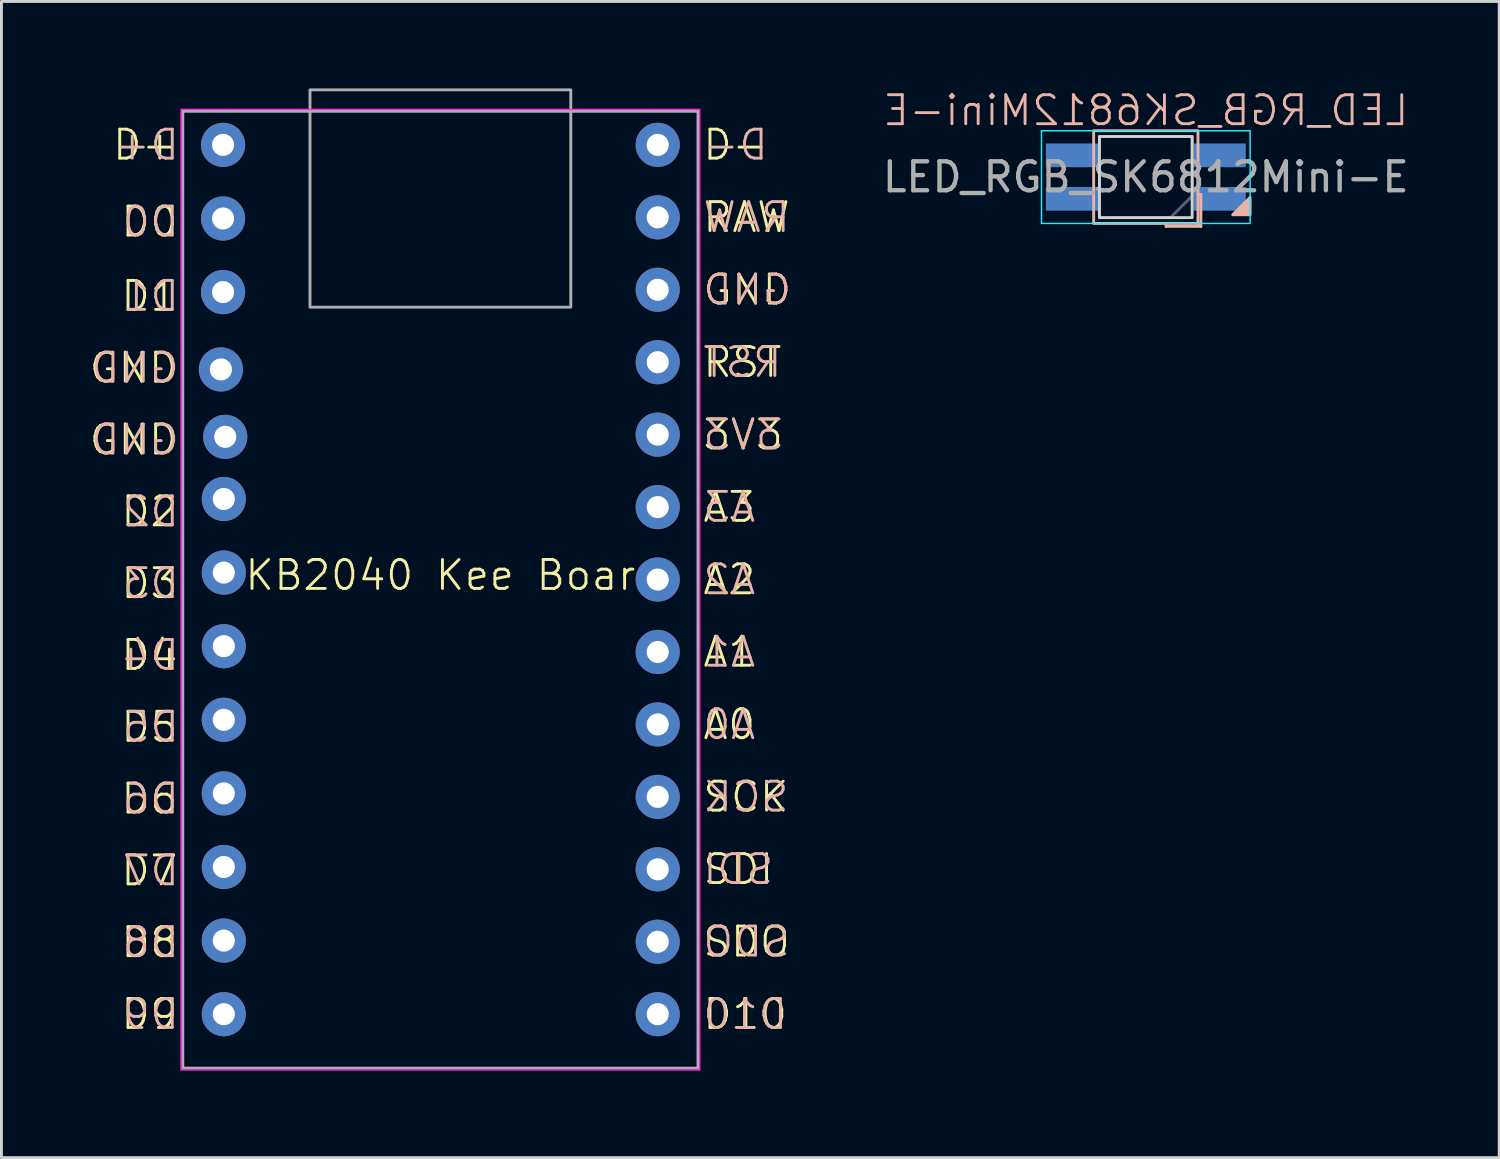
<source format=kicad_pcb>
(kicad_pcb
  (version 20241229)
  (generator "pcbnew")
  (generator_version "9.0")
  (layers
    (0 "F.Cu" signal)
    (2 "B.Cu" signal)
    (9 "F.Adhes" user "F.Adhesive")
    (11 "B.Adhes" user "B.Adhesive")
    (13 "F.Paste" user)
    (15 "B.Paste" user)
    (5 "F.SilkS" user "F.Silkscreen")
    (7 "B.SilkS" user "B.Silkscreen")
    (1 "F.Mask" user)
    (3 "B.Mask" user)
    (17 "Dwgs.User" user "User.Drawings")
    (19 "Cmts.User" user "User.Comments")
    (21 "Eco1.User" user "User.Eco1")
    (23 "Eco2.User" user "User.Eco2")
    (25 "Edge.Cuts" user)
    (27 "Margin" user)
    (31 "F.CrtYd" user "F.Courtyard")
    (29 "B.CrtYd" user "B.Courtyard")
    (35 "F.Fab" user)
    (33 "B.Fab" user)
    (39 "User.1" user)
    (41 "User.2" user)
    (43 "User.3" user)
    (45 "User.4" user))
  (footprint "LED_RGB_SK6812Mini-E"
    (layer "F.Cu")
    (at 36.492 3.061)
    (property "Reference" "LED_RGB_SK6812Mini-E" (at 0 -2.3 0) (unlocked yes) (layer "B.SilkS") (effects (font (size 1 1) (thickness 0.1)) (justify mirror)))
    (attr smd)
    (fp_line (start 0.7 1.6) (end 0.7 1.7) (stroke (width 0.1) (type default)) (layer "B.SilkS"))
    (fp_line (start 0.7 1.7) (end 1.9 1.7) (stroke (width 0.1) (type default)) (layer "B.SilkS"))
    (fp_line (start 1.8 0.6) (end 1.9 0.6) (stroke (width 0.1) (type default)) (layer "B.SilkS"))
    (fp_line (start 1.8 1.6) (end 1.9 1.7) (stroke (width 0.1) (type default)) (layer "B.SilkS"))
    (fp_line (start 1.9 1.7) (end 1.9 0.6) (stroke (width 0.1) (type default)) (layer "B.SilkS"))
    (fp_rect (start -1.8 -1.6) (end 1.8 1.6) (stroke (width 0.1) (type default)) (fill no) (layer "B.SilkS"))
    (fp_poly (pts (xy 3.6 1.3) (xy 3.6 0.7) (xy 3 1.3)) (stroke (width 0.1) (type solid)) (fill yes) (layer "B.SilkS"))
    (fp_rect (start -1.6 -1.4) (end 1.6 1.4) (stroke (width 0.1) (type default)) (fill no) (layer "Edge.Cuts"))
    (fp_rect (start -3.6 -1.6) (end 3.6 1.6) (stroke (width 0.05) (type default)) (fill no) (layer "B.CrtYd"))
    (fp_poly (pts (xy -1.6 1.4) (xy -1.6 -1.4) (xy 1.6 -1.4) (xy 1.6 0.65) (xy 0.85 1.4)) (stroke (width 0.1) (type solid)) (fill no) (layer "B.Fab"))
    (fp_text user "${REFERENCE}" (at 0 0 0) (unlocked yes) (layer "F.Fab") (effects (font (size 1 1) (thickness 0.15))))
    (pad "1" smd rect (at -2.55 -0.75) (size 1.8 0.82) (layers "B.Cu" "B.Mask" "B.Paste"))
    (pad "2" smd rect (at -2.55 0.75) (size 1.8 0.82) (layers "B.Cu" "B.Mask" "B.Paste"))
    (pad "3" smd rect (at 2.55 0.75) (size 1.8 0.82) (layers "B.Cu" "B.Mask" "B.Paste"))
    (pad "4" smd rect (at 2.55 -0.75) (size 1.8 0.82) (layers "B.Cu" "B.Mask" "B.Paste")))
  (footprint "KB2040 Kee Boar"
    (layer "F.Cu")
    (at 12.148 17.3)
    (property "Reference" "KB2040 Kee Boar" (at 0 -0.5 0) (unlocked yes) (layer "F.SilkS") (effects (font (size 1 1) (thickness 0.1))))
    (attr through_hole)
    (fp_rect (start -8.95 -16.575) (end 8.95 16.575) (stroke (width 0.05) (type default)) (fill no) (layer "F.CrtYd"))
    (fp_rect (start -8.89 -16.51) (end 8.89 16.51) (stroke (width 0.1) (type default)) (fill no) (layer "F.Fab"))
    (fp_rect (start -4.5 -17.25) (end 4.5 -9.75) (stroke (width 0.1) (type default)) (fill no) (layer "F.Fab"))
    (fp_text user "D+" (at -9 -15.35 0) (unlocked yes) (layer "F.SilkS") (effects (font (size 1 1) (thickness 0.1)) (justify right)))
    (fp_text user "RAW" (at 9 -12.85 0) (unlocked yes) (layer "F.SilkS") (effects (font (size 1 1) (thickness 0.1)) (justify left)))
    (fp_text user "D8" (at -9 12.172 0) (unlocked yes) (layer "F.SilkS") (effects (font (size 1 1) (thickness 0.1)) (justify right)))
    (fp_text user "D6" (at -9 7.216 0) (unlocked yes) (layer "F.SilkS") (effects (font (size 1 1) (thickness 0.1)) (justify right)))
    (fp_text user "D3" (at -9 -0.218 0) (unlocked yes) (layer "F.SilkS") (effects (font (size 1 1) (thickness 0.1)) (justify right)))
    (fp_text user "SCK" (at 9 7.15 0) (unlocked yes) (layer "F.SilkS") (effects (font (size 1 1) (thickness 0.1)) (justify left)))
    (fp_text user "D7" (at -9 9.694 0) (unlocked yes) (layer "F.SilkS") (effects (font (size 1 1) (thickness 0.1)) (justify right)))
    (fp_text user "D10" (at 9 14.65 0) (unlocked yes) (layer "F.SilkS") (effects (font (size 1 1) (thickness 0.1)) (justify left)))
    (fp_text user "D4" (at -9 2.26 0) (unlocked yes) (layer "F.SilkS") (effects (font (size 1 1) (thickness 0.1)) (justify right)))
    (fp_text user "D1" (at -9 -10.131 0) (unlocked yes) (layer "F.SilkS") (effects (font (size 1 1) (thickness 0.1)) (justify right)))
    (fp_text user "GND" (at 9 -10.35 0) (unlocked yes) (layer "F.SilkS") (effects (font (size 1 1) (thickness 0.1)) (justify left)))
    (fp_text user "D2" (at -9 -2.696 0) (unlocked yes) (layer "F.SilkS") (effects (font (size 1 1) (thickness 0.1)) (justify right)))
    (fp_text user "SDO" (at 9 12.15 0) (unlocked yes) (layer "F.SilkS") (effects (font (size 1 1) (thickness 0.1)) (justify left)))
    (fp_text user "A1" (at 9 2.15 0) (unlocked yes) (layer "F.SilkS") (effects (font (size 1 1) (thickness 0.1)) (justify left)))
    (fp_text user "A2" (at 9 -0.35 0) (unlocked yes) (layer "F.SilkS") (effects (font (size 1 1) (thickness 0.1)) (justify left)))
    (fp_text user "GND" (at -9 -7.653 0) (unlocked yes) (layer "F.SilkS") (effects (font (size 1 1) (thickness 0.1)) (justify right)))
    (fp_text user "D0" (at -9 -12.696 0) (unlocked yes) (layer "F.SilkS") (effects (font (size 1 1) (thickness 0.1)) (justify right)))
    (fp_text user "A0" (at 9 4.65 0) (unlocked yes) (layer "F.SilkS") (effects (font (size 1 1) (thickness 0.1)) (justify left)))
    (fp_text user "D5" (at -9 4.738 0) (unlocked yes) (layer "F.SilkS") (effects (font (size 1 1) (thickness 0.1)) (justify right)))
    (fp_text user "GND" (at -9 -5.175 0) (unlocked yes) (layer "F.SilkS") (effects (font (size 1 1) (thickness 0.1)) (justify right)))
    (fp_text user "SDI" (at 9 9.65 0) (unlocked yes) (layer "F.SilkS") (effects (font (size 1 1) (thickness 0.1)) (justify left)))
    (fp_text user "D9" (at -9 14.65 0) (unlocked yes) (layer "F.SilkS") (effects (font (size 1 1) (thickness 0.1)) (justify right)))
    (fp_text user "3V3" (at 9 -5.35 0) (unlocked yes) (layer "F.SilkS") (effects (font (size 1 1) (thickness 0.1)) (justify left)))
    (fp_text user "RST" (at 9 -7.85 0) (unlocked yes) (layer "F.SilkS") (effects (font (size 1 1) (thickness 0.1)) (justify left)))
    (fp_text user "A3" (at 9 -2.85 0) (unlocked yes) (layer "F.SilkS") (effects (font (size 1 1) (thickness 0.1)) (justify left)))
    (fp_text user "D-" (at 9 -15.35 0) (unlocked yes) (layer "F.SilkS") (effects (font (size 1 1) (thickness 0.1)) (justify left)))
    (fp_text user "D5" (at -8.95 4.738 0) (unlocked yes) (layer "B.SilkS") (effects (font (size 1 1) (thickness 0.1)) (justify left mirror)))
    (fp_text user "D0" (at -8.95 -12.696 0) (unlocked yes) (layer "B.SilkS") (effects (font (size 1 1) (thickness 0.1)) (justify left mirror)))
    (fp_text user "A3" (at 9 -2.85 0) (unlocked yes) (layer "B.SilkS") (effects (font (size 1 1) (thickness 0.1)) (justify right mirror)))
    (fp_text user "RST" (at 9 -7.85 0) (unlocked yes) (layer "B.SilkS") (effects (font (size 1 1) (thickness 0.1)) (justify right mirror)))
    (fp_text user "D6" (at -8.95 7.216 0) (unlocked yes) (layer "B.SilkS") (effects (font (size 1 1) (thickness 0.1)) (justify left mirror)))
    (fp_text user "D7" (at -8.95 9.694 0) (unlocked yes) (layer "B.SilkS") (effects (font (size 1 1) (thickness 0.1)) (justify left mirror)))
    (fp_text user "D3" (at -8.95 -0.218 0) (unlocked yes) (layer "B.SilkS") (effects (font (size 1 1) (thickness 0.1)) (justify left mirror)))
    (fp_text user "GND" (at -8.95 -5.175 0) (unlocked yes) (layer "B.SilkS") (effects (font (size 1 1) (thickness 0.1)) (justify left mirror)))
    (fp_text user "D10" (at 9 14.65 0) (unlocked yes) (layer "B.SilkS") (effects (font (size 1 1) (thickness 0.1)) (justify right mirror)))
    (fp_text user "D1" (at -8.95 -10.131 0) (unlocked yes) (layer "B.SilkS") (effects (font (size 1 1) (thickness 0.1)) (justify left mirror)))
    (fp_text user "SCK" (at 9 7.15 0) (unlocked yes) (layer "B.SilkS") (effects (font (size 1 1) (thickness 0.1)) (justify right mirror)))
    (fp_text user "SDI" (at 9 9.65 0) (unlocked yes) (layer "B.SilkS") (effects (font (size 1 1) (thickness 0.1)) (justify right mirror)))
    (fp_text user "A2" (at 9 -0.35 0) (unlocked yes) (layer "B.SilkS") (effects (font (size 1 1) (thickness 0.1)) (justify right mirror)))
    (fp_text user "3V3" (at 9 -5.35 0) (unlocked yes) (layer "B.SilkS") (effects (font (size 1 1) (thickness 0.1)) (justify right mirror)))
    (fp_text user "D4" (at -8.95 2.26 0) (unlocked yes) (layer "B.SilkS") (effects (font (size 1 1) (thickness 0.1)) (justify left mirror)))
    (fp_text user "SDO" (at 9 12.15 0) (unlocked yes) (layer "B.SilkS") (effects (font (size 1 1) (thickness 0.1)) (justify right mirror)))
    (fp_text user "D8" (at -8.95 12.172 0) (unlocked yes) (layer "B.SilkS") (effects (font (size 1 1) (thickness 0.1)) (justify left mirror)))
    (fp_text user "D9" (at -8.95 14.65 0) (unlocked yes) (layer "B.SilkS") (effects (font (size 1 1) (thickness 0.1)) (justify left mirror)))
    (fp_text user "RAW" (at 9 -12.85 0) (unlocked yes) (layer "B.SilkS") (effects (font (size 1 1) (thickness 0.1)) (justify right mirror)))
    (fp_text user "A1" (at 9 2.15 0) (unlocked yes) (layer "B.SilkS") (effects (font (size 1 1) (thickness 0.1)) (justify right mirror)))
    (fp_text user "A0" (at 9 4.65 0) (unlocked yes) (layer "B.SilkS") (effects (font (size 1 1) (thickness 0.1)) (justify right mirror)))
    (fp_text user "D-" (at 9 -15.35 0) (unlocked yes) (layer "B.SilkS") (effects (font (size 1 1) (thickness 0.1)) (justify right mirror)))
    (fp_text user "GND" (at -8.95 -7.653 0) (unlocked yes) (layer "B.SilkS") (effects (font (size 1 1) (thickness 0.1)) (justify left mirror)))
    (fp_text user "D2" (at -8.95 -2.696 0) (unlocked yes) (layer "B.SilkS") (effects (font (size 1 1) (thickness 0.1)) (justify left mirror)))
    (fp_text user "GND" (at 9 -10.35 0) (unlocked yes) (layer "B.SilkS") (effects (font (size 1 1) (thickness 0.1)) (justify right mirror)))
    (fp_text user "D+" (at -8.95 -15.35 0) (unlocked yes) (layer "B.SilkS") (effects (font (size 1 1) (thickness 0.1)) (justify left mirror)))
    (pad "0" thru_hole circle (at -7.5 -12.81) (size 1.524 1.524) (drill 0.762) (layers "*.Cu" "*.Mask"))
    (pad "1" thru_hole circle (at -7.5 -10.27) (size 1.524 1.524) (drill 0.762) (layers "*.Cu" "*.Mask"))
    (pad "2" thru_hole circle (at -7.475 -3.13) (size 1.524 1.524) (drill 0.762) (layers "*.Cu" "*.Mask"))
    (pad "3" thru_hole circle (at -7.475 -0.59) (size 1.524 1.524) (drill 0.762) (layers "*.Cu" "*.Mask"))
    (pad "4" thru_hole circle (at -7.475 1.95) (size 1.524 1.524) (drill 0.762) (layers "*.Cu" "*.Mask"))
    (pad "5" thru_hole circle (at -7.475 4.49) (size 1.524 1.524) (drill 0.762) (layers "*.Cu" "*.Mask"))
    (pad "6" thru_hole circle (at -7.475 7.03) (size 1.524 1.524) (drill 0.762) (layers "*.Cu" "*.Mask"))
    (pad "7" thru_hole circle (at -7.475 9.57) (size 1.524 1.524) (drill 0.762) (layers "*.Cu" "*.Mask"))
    (pad "8" thru_hole circle (at -7.475 12.11) (size 1.524 1.524) (drill 0.762) (layers "*.Cu" "*.Mask"))
    (pad "9" thru_hole circle (at -7.475 14.65) (size 1.524 1.524) (drill 0.762) (layers "*.Cu" "*.Mask"))
    (pad "10" thru_hole circle (at 7.5 14.65) (size 1.524 1.524) (drill 0.762) (layers "*.Cu" "*.Mask"))
    (pad "18" thru_hole circle (at 7.5 7.15) (size 1.524 1.524) (drill 0.762) (layers "*.Cu" "*.Mask"))
    (pad "19" thru_hole circle (at 7.5 12.15) (size 1.524 1.524) (drill 0.762) (layers "*.Cu" "*.Mask"))
    (pad "20" thru_hole circle (at 7.5 9.65) (size 1.524 1.524) (drill 0.762) (layers "*.Cu" "*.Mask"))
    (pad "26" thru_hole circle (at 7.5 4.65 90) (size 1.524 1.524) (drill 0.762) (layers "*.Cu" "*.Mask"))
    (pad "27" thru_hole circle (at 7.5 2.15) (size 1.524 1.524) (drill 0.762) (layers "*.Cu" "*.Mask"))
    (pad "28" thru_hole circle (at 7.5 -0.35) (size 1.524 1.524) (drill 0.762) (layers "*.Cu" "*.Mask"))
    (pad "29" thru_hole circle (at 7.5 -2.85) (size 1.524 1.524) (drill 0.762) (layers "*.Cu" "*.Mask"))
    (pad "30" thru_hole circle (at -7.5 -15.35) (size 1.524 1.524) (drill 0.762) (layers "*.Cu" "*.Mask"))
    (pad "31" thru_hole circle (at -7.575 -7.6) (size 1.524 1.524) (drill 0.762) (layers "*.Cu" "*.Mask"))
    (pad "32" thru_hole circle (at -7.425 -5.275) (size 1.524 1.524) (drill 0.762) (layers "*.Cu" "*.Mask"))
    (pad "33" thru_hole circle (at 7.5 -15.35) (size 1.524 1.524) (drill 0.762) (layers "*.Cu" "*.Mask"))
    (pad "34" thru_hole circle (at 7.5 -12.85) (size 1.524 1.524) (drill 0.762) (layers "*.Cu" "*.Mask"))
    (pad "35" thru_hole circle (at 7.5 -10.35) (size 1.524 1.524) (drill 0.762) (layers "*.Cu" "*.Mask"))
    (pad "36" thru_hole circle (at 7.5 -7.85) (size 1.524 1.524) (drill 0.762) (layers "*.Cu" "*.Mask"))
    (pad "37" thru_hole circle (at 7.5 -5.35) (size 1.524 1.524) (drill 0.762) (layers "*.Cu" "*.Mask")))
  (gr_rect
    (start -3 -3)
    (end 48.688 36.9)
    (stroke (width 0.1) (type default))
    (fill no)
    (layer "Edge.Cuts")))
</source>
